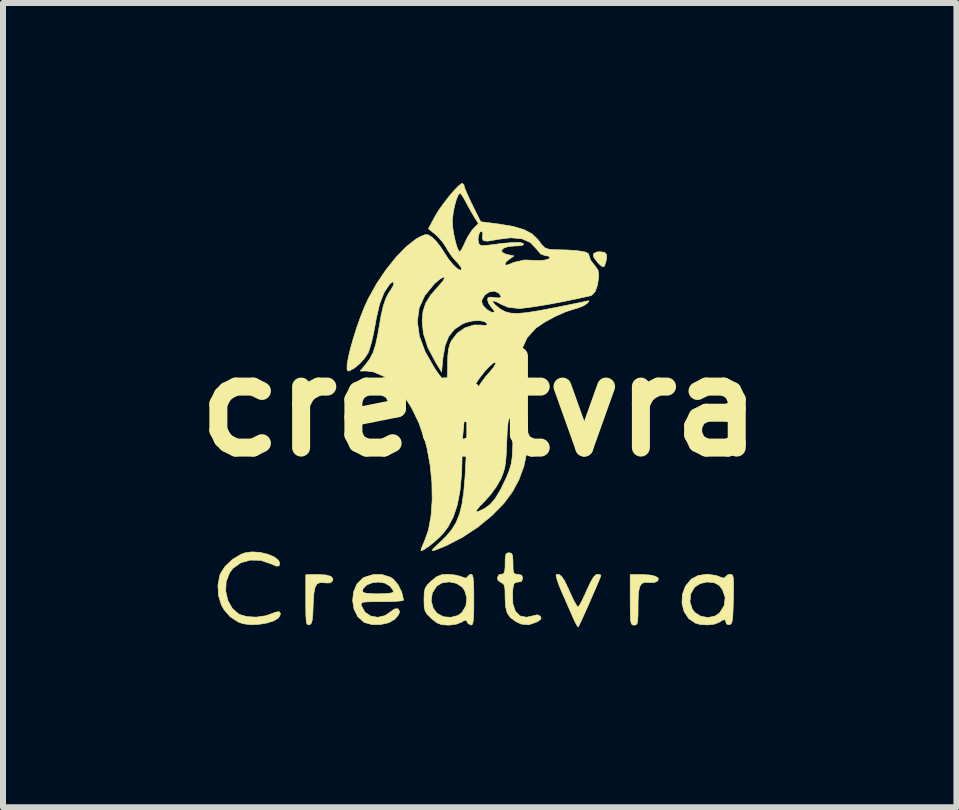
<source format=kicad_pcb>
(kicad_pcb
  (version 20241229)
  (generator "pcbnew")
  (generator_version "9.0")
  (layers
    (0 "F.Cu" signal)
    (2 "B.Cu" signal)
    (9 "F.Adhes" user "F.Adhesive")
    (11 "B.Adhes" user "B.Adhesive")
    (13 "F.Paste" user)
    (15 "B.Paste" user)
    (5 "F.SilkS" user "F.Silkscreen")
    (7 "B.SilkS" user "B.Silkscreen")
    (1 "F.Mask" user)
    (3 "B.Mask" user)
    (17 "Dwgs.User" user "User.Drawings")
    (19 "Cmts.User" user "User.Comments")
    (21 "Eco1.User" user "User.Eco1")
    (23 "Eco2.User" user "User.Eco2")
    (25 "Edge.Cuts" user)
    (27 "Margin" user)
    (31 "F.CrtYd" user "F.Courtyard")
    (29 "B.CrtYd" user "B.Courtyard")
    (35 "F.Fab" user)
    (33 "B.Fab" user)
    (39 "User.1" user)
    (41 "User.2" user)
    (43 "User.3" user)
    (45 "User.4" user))
  (footprint "creatvra"
    (layer "F.Cu")
    (at 4.942 3.717)
    (property "Reference" "creatvra" (at 0 0 0) (layer "F.SilkS") (effects (font (size 1.524 1.524) (thickness 0.3))))
    (attr through_hole)
    (fp_poly (pts (xy 2.08 -2.563) (xy 2.114 -2.527) (xy 2.112 -2.451) (xy 2.096 -2.385) (xy 2.075 -2.33) (xy 2.044 -2.323) (xy 1.992 -2.367) (xy 1.962 -2.398) (xy 1.899 -2.483) (xy 1.895 -2.54) (xy 1.95 -2.569) (xy 2.003 -2.573) (xy 2.08 -2.563)) (stroke (width 0.01) (type solid)) (fill yes) (layer "F.SilkS"))
    (fp_poly (pts (xy -2.564 2.811) (xy -2.477 2.836) (xy -2.446 2.879) (xy -2.452 2.909) (xy -2.487 2.943) (xy -2.563 2.945) (xy -2.581 2.942) (xy -2.656 2.938) (xy -2.709 2.959) (xy -2.743 3.016) (xy -2.763 3.117) (xy -2.773 3.272) (xy -2.775 3.323) (xy -2.781 3.469) (xy -2.79 3.562) (xy -2.805 3.614) (xy -2.827 3.637) (xy -2.841 3.641) (xy -2.865 3.64) (xy -2.881 3.621) (xy -2.89 3.573) (xy -2.896 3.486) (xy -2.898 3.351) (xy -2.898 3.23) (xy -2.898 2.808) (xy -2.711 2.805) (xy -2.564 2.811)) (stroke (width 0.01) (type solid)) (fill yes) (layer "F.SilkS"))
    (fp_poly (pts (xy 2.832 2.812) (xy 2.929 2.834) (xy 2.976 2.868) (xy 2.966 2.911) (xy 2.91 2.937) (xy 2.833 2.938) (xy 2.752 2.934) (xy 2.697 2.955) (xy 2.663 3.011) (xy 2.644 3.11) (xy 2.638 3.263) (xy 2.638 3.326) (xy 2.637 3.473) (xy 2.632 3.567) (xy 2.622 3.619) (xy 2.604 3.642) (xy 2.575 3.647) (xy 2.573 3.647) (xy 2.546 3.644) (xy 2.528 3.626) (xy 2.516 3.583) (xy 2.51 3.506) (xy 2.508 3.383) (xy 2.507 3.227) (xy 2.507 2.807) (xy 2.691 2.805) (xy 2.832 2.812)) (stroke (width 0.01) (type solid)) (fill yes) (layer "F.SilkS"))
    (fp_poly (pts (xy 2.009 2.809) (xy 2.019 2.82) (xy 2.007 2.855) (xy 1.973 2.937) (xy 1.924 3.051) (xy 1.866 3.184) (xy 1.805 3.324) (xy 1.746 3.456) (xy 1.695 3.568) (xy 1.658 3.646) (xy 1.642 3.677) (xy 1.623 3.658) (xy 1.588 3.595) (xy 1.566 3.546) (xy 1.524 3.452) (xy 1.466 3.32) (xy 1.402 3.173) (xy 1.374 3.11) (xy 1.322 2.985) (xy 1.287 2.884) (xy 1.272 2.821) (xy 1.275 2.806) (xy 1.32 2.803) (xy 1.365 2.836) (xy 1.415 2.912) (xy 1.476 3.04) (xy 1.498 3.089) (xy 1.552 3.206) (xy 1.598 3.294) (xy 1.631 3.341) (xy 1.639 3.345) (xy 1.664 3.313) (xy 1.706 3.235) (xy 1.758 3.125) (xy 1.783 3.068) (xy 1.849 2.928) (xy 1.9 2.842) (xy 1.942 2.804) (xy 1.959 2.801) (xy 2.009 2.809)) (stroke (width 0.01) (type solid)) (fill yes) (layer "F.SilkS"))
    (fp_poly (pts (xy -3.655 2.437) (xy -3.528 2.467) (xy -3.421 2.513) (xy -3.351 2.57) (xy -3.332 2.619) (xy -3.344 2.661) (xy -3.387 2.664) (xy -3.471 2.629) (xy -3.478 2.626) (xy -3.65 2.568) (xy -3.822 2.564) (xy -3.98 2.608) (xy -4.11 2.7) (xy -4.167 2.774) (xy -4.224 2.92) (xy -4.232 3.08) (xy -4.197 3.236) (xy -4.122 3.37) (xy -4.012 3.465) (xy -4.004 3.469) (xy -3.878 3.506) (xy -3.723 3.514) (xy -3.568 3.492) (xy -3.496 3.468) (xy -3.397 3.431) (xy -3.344 3.423) (xy -3.324 3.446) (xy -3.322 3.47) (xy -3.351 3.527) (xy -3.431 3.575) (xy -3.545 3.612) (xy -3.677 3.634) (xy -3.814 3.64) (xy -3.938 3.625) (xy -4.022 3.596) (xy -4.159 3.506) (xy -4.257 3.393) (xy -4.302 3.315) (xy -4.35 3.161) (xy -4.361 2.986) (xy -4.331 2.822) (xy -4.32 2.791) (xy -4.241 2.668) (xy -4.121 2.555) (xy -3.983 2.47) (xy -3.91 2.443) (xy -3.788 2.427) (xy -3.655 2.437)) (stroke (width 0.01) (type solid)) (fill yes) (layer "F.SilkS"))
    (fp_poly (pts (xy 0.526 2.45) (xy 0.546 2.484) (xy 0.553 2.559) (xy 0.554 2.621) (xy 0.556 2.724) (xy 0.567 2.777) (xy 0.594 2.798) (xy 0.635 2.801) (xy 0.699 2.816) (xy 0.716 2.866) (xy 0.697 2.917) (xy 0.638 2.931) (xy 0.593 2.936) (xy 0.568 2.964) (xy 0.554 3.028) (xy 0.547 3.118) (xy 0.552 3.291) (xy 0.595 3.418) (xy 0.671 3.494) (xy 0.778 3.516) (xy 0.884 3.493) (xy 0.96 3.475) (xy 1.006 3.497) (xy 1.011 3.502) (xy 1.023 3.539) (xy 0.984 3.576) (xy 0.948 3.596) (xy 0.814 3.642) (xy 0.689 3.629) (xy 0.596 3.584) (xy 0.511 3.52) (xy 0.458 3.445) (xy 0.431 3.341) (xy 0.423 3.192) (xy 0.423 3.174) (xy 0.421 3.056) (xy 0.411 2.988) (xy 0.389 2.954) (xy 0.358 2.94) (xy 0.305 2.9) (xy 0.293 2.862) (xy 0.318 2.81) (xy 0.358 2.801) (xy 0.396 2.793) (xy 0.415 2.759) (xy 0.423 2.684) (xy 0.423 2.621) (xy 0.426 2.518) (xy 0.438 2.464) (xy 0.466 2.444) (xy 0.488 2.442) (xy 0.526 2.45)) (stroke (width 0.01) (type solid)) (fill yes) (layer "F.SilkS"))
    (fp_poly (pts (xy 3.942 2.821) (xy 3.993 2.841) (xy 4.059 2.864) (xy 4.09 2.853) (xy 4.095 2.841) (xy 4.135 2.807) (xy 4.172 2.801) (xy 4.198 2.804) (xy 4.215 2.822) (xy 4.225 2.865) (xy 4.229 2.944) (xy 4.229 3.068) (xy 4.226 3.215) (xy 4.221 3.388) (xy 4.215 3.506) (xy 4.205 3.58) (xy 4.191 3.621) (xy 4.17 3.638) (xy 4.16 3.641) (xy 4.112 3.629) (xy 4.103 3.601) (xy 4.09 3.557) (xy 4.047 3.563) (xy 3.991 3.599) (xy 3.91 3.631) (xy 3.795 3.644) (xy 3.674 3.636) (xy 3.595 3.615) (xy 3.481 3.537) (xy 3.405 3.421) (xy 3.37 3.283) (xy 3.371 3.257) (xy 3.502 3.257) (xy 3.541 3.381) (xy 3.58 3.434) (xy 3.681 3.499) (xy 3.802 3.521) (xy 3.919 3.497) (xy 3.997 3.444) (xy 4.073 3.32) (xy 4.089 3.186) (xy 4.045 3.056) (xy 3.99 2.985) (xy 3.902 2.938) (xy 3.788 2.929) (xy 3.672 2.955) (xy 3.58 3.014) (xy 3.58 3.014) (xy 3.515 3.127) (xy 3.502 3.257) (xy 3.371 3.257) (xy 3.377 3.136) (xy 3.427 2.998) (xy 3.522 2.883) (xy 3.642 2.82) (xy 3.79 2.799) (xy 3.942 2.821)) (stroke (width 0.01) (type solid)) (fill yes) (layer "F.SilkS"))
    (fp_poly (pts (xy -0.124 2.812) (xy -0.111 2.852) (xy -0.103 2.931) (xy -0.099 3.056) (xy -0.098 3.224) (xy -0.099 3.402) (xy -0.104 3.525) (xy -0.112 3.601) (xy -0.126 3.638) (xy -0.143 3.647) (xy -0.193 3.621) (xy -0.208 3.596) (xy -0.228 3.564) (xy -0.263 3.572) (xy -0.3 3.596) (xy -0.381 3.629) (xy -0.493 3.646) (xy -0.529 3.647) (xy -0.636 3.639) (xy -0.717 3.607) (xy -0.805 3.537) (xy -0.806 3.536) (xy -0.874 3.469) (xy -0.91 3.411) (xy -0.925 3.338) (xy -0.928 3.241) (xy -0.809 3.241) (xy -0.774 3.368) (xy -0.71 3.451) (xy -0.607 3.507) (xy -0.483 3.518) (xy -0.363 3.487) (xy -0.295 3.437) (xy -0.23 3.326) (xy -0.215 3.196) (xy -0.25 3.073) (xy -0.291 3.014) (xy -0.388 2.951) (xy -0.509 2.927) (xy -0.628 2.944) (xy -0.716 2.995) (xy -0.79 3.111) (xy -0.809 3.241) (xy -0.928 3.241) (xy -0.928 3.224) (xy -0.925 3.11) (xy -0.91 3.036) (xy -0.874 2.978) (xy -0.806 2.912) (xy -0.716 2.84) (xy -0.633 2.808) (xy -0.539 2.801) (xy -0.427 2.81) (xy -0.326 2.833) (xy -0.305 2.841) (xy -0.239 2.864) (xy -0.209 2.853) (xy -0.203 2.841) (xy -0.164 2.804) (xy -0.144 2.801) (xy -0.124 2.812)) (stroke (width 0.01) (type solid)) (fill yes) (layer "F.SilkS"))
    (fp_poly (pts (xy -1.625 2.805) (xy -1.487 2.85) (xy -1.436 2.884) (xy -1.36 2.976) (xy -1.3 3.098) (xy -1.271 3.217) (xy -1.27 3.232) (xy -1.3 3.242) (xy -1.383 3.25) (xy -1.504 3.255) (xy -1.63 3.256) (xy -1.787 3.257) (xy -1.89 3.26) (xy -1.948 3.267) (xy -1.973 3.282) (xy -1.976 3.305) (xy -1.969 3.33) (xy -1.91 3.434) (xy -1.813 3.497) (xy -1.697 3.517) (xy -1.578 3.489) (xy -1.494 3.432) (xy -1.419 3.378) (xy -1.362 3.374) (xy -1.336 3.418) (xy -1.335 3.432) (xy -1.357 3.481) (xy -1.411 3.544) (xy -1.416 3.549) (xy -1.517 3.607) (xy -1.651 3.637) (xy -1.792 3.638) (xy -1.914 3.606) (xy -1.929 3.598) (xy -2.031 3.507) (xy -2.094 3.381) (xy -2.117 3.238) (xy -2.101 3.093) (xy -2.096 3.082) (xy -1.954 3.082) (xy -1.937 3.105) (xy -1.878 3.119) (xy -1.77 3.125) (xy -1.693 3.126) (xy -1.564 3.122) (xy -1.474 3.112) (xy -1.434 3.097) (xy -1.433 3.094) (xy -1.454 3.049) (xy -1.498 2.996) (xy -1.581 2.947) (xy -1.685 2.93) (xy -1.792 2.942) (xy -1.884 2.979) (xy -1.942 3.037) (xy -1.954 3.082) (xy -2.096 3.082) (xy -2.046 2.964) (xy -1.951 2.867) (xy -1.922 2.85) (xy -1.777 2.805) (xy -1.625 2.805)) (stroke (width 0.01) (type solid)) (fill yes) (layer "F.SilkS"))
    (fp_poly (pts (xy -0.263 -3.687) (xy -0.261 -3.672) (xy -0.247 -3.626) (xy -0.21 -3.538) (xy -0.157 -3.422) (xy -0.123 -3.352) (xy 0.016 -3.073) (xy 0.322 -3.034) (xy 0.559 -2.994) (xy 0.739 -2.941) (xy 0.873 -2.87) (xy 0.968 -2.778) (xy 0.978 -2.764) (xy 1.04 -2.682) (xy 1.093 -2.634) (xy 1.161 -2.613) (xy 1.264 -2.606) (xy 1.322 -2.606) (xy 1.462 -2.602) (xy 1.603 -2.592) (xy 1.673 -2.584) (xy 1.767 -2.566) (xy 1.813 -2.539) (xy 1.824 -2.499) (xy 1.846 -2.433) (xy 1.902 -2.361) (xy 1.906 -2.357) (xy 1.971 -2.266) (xy 1.983 -2.175) (xy 1.963 -2.02) (xy 1.922 -1.907) (xy 1.863 -1.846) (xy 1.845 -1.84) (xy 1.625 -1.791) (xy 1.399 -1.744) (xy 1.18 -1.703) (xy 0.981 -1.669) (xy 0.814 -1.644) (xy 0.691 -1.63) (xy 0.651 -1.628) (xy 0.477 -1.647) (xy 0.366 -1.693) (xy 0.276 -1.741) (xy 0.224 -1.755) (xy 0.215 -1.737) (xy 0.257 -1.688) (xy 0.269 -1.677) (xy 0.348 -1.615) (xy 0.427 -1.573) (xy 0.519 -1.55) (xy 0.633 -1.545) (xy 0.779 -1.558) (xy 0.97 -1.588) (xy 1.167 -1.625) (xy 1.351 -1.661) (xy 1.516 -1.695) (xy 1.651 -1.722) (xy 1.742 -1.741) (xy 1.775 -1.749) (xy 1.819 -1.757) (xy 1.811 -1.736) (xy 1.787 -1.711) (xy 1.724 -1.67) (xy 1.627 -1.633) (xy 1.592 -1.624) (xy 1.435 -1.574) (xy 1.257 -1.495) (xy 1.083 -1.401) (xy 0.941 -1.305) (xy 0.932 -1.297) (xy 0.792 -1.144) (xy 0.708 -0.963) (xy 0.684 -0.79) (xy 0.689 -0.7) (xy 0.701 -0.563) (xy 0.721 -0.395) (xy 0.745 -0.213) (xy 0.752 -0.162) (xy 0.793 0.191) (xy 0.804 0.496) (xy 0.786 0.763) (xy 0.735 1.003) (xy 0.652 1.227) (xy 0.55 1.418) (xy 0.401 1.621) (xy 0.202 1.823) (xy -0.032 2.015) (xy -0.288 2.184) (xy -0.551 2.32) (xy -0.57 2.328) (xy -0.699 2.381) (xy -0.773 2.407) (xy -0.793 2.402) (xy -0.765 2.366) (xy -0.691 2.295) (xy -0.668 2.275) (xy -0.554 2.162) (xy -0.462 2.051) (xy -0.39 1.932) (xy -0.336 1.795) (xy -0.327 1.761) (xy -0.058 1.761) (xy -0.013 1.75) (xy 0.081 1.704) (xy 0.087 1.7) (xy 0.177 1.634) (xy 0.263 1.531) (xy 0.351 1.383) (xy 0.444 1.189) (xy 0.493 1.068) (xy 0.524 0.963) (xy 0.541 0.85) (xy 0.549 0.704) (xy 0.551 0.642) (xy 0.552 0.498) (xy 0.548 0.373) (xy 0.542 0.286) (xy 0.537 0.26) (xy 0.511 0.202) (xy 0.49 0.205) (xy 0.472 0.272) (xy 0.459 0.401) (xy 0.45 0.595) (xy 0.449 0.611) (xy 0.442 0.793) (xy 0.432 0.926) (xy 0.416 1.027) (xy 0.391 1.113) (xy 0.356 1.2) (xy 0.35 1.213) (xy 0.279 1.338) (xy 0.182 1.472) (xy 0.1 1.564) (xy -0.002 1.67) (xy -0.055 1.735) (xy -0.058 1.761) (xy -0.327 1.761) (xy -0.295 1.631) (xy -0.266 1.43) (xy -0.245 1.184) (xy -0.229 0.883) (xy -0.228 0.863) (xy -0.212 0.55) (xy -0.189 0.292) (xy -0.159 0.08) (xy -0.117 -0.095) (xy -0.061 -0.243) (xy 0.011 -0.374) (xy 0.102 -0.497) (xy 0.167 -0.57) (xy 0.231 -0.648) (xy 0.266 -0.706) (xy 0.266 -0.729) (xy 0.226 -0.719) (xy 0.162 -0.665) (xy 0.084 -0.581) (xy 0.003 -0.477) (xy -0.072 -0.368) (xy -0.116 -0.29) (xy -0.199 -0.071) (xy -0.256 0.203) (xy -0.286 0.534) (xy -0.292 0.771) (xy -0.301 1.115) (xy -0.328 1.403) (xy -0.373 1.644) (xy -0.44 1.844) (xy -0.529 2.013) (xy -0.604 2.113) (xy -0.674 2.186) (xy -0.763 2.266) (xy -0.854 2.338) (xy -0.931 2.39) (xy -0.977 2.41) (xy -0.976 2.384) (xy -0.951 2.317) (xy -0.922 2.252) (xy -0.854 2.063) (xy -0.811 1.827) (xy -0.792 1.558) (xy -0.797 1.269) (xy -0.827 0.974) (xy -0.881 0.686) (xy -0.911 0.571) (xy -1.012 0.282) (xy -1.136 0.025) (xy -1.278 -0.195) (xy -1.435 -0.372) (xy -1.601 -0.499) (xy -1.77 -0.571) (xy -1.886 -0.586) (xy -1.992 -0.586) (xy -1.903 -0.692) (xy -1.832 -0.787) (xy -1.778 -0.89) (xy -1.736 -1.017) (xy -1.7 -1.183) (xy -1.677 -1.313) (xy -1.66 -1.411) (xy -1.039 -1.411) (xy -1.006 -1.169) (xy -0.91 -0.909) (xy -0.752 -0.633) (xy -0.692 -0.545) (xy -0.628 -0.462) (xy -0.578 -0.406) (xy -0.556 -0.391) (xy -0.546 -0.421) (xy -0.538 -0.501) (xy -0.535 -0.617) (xy -0.535 -0.676) (xy -0.532 -0.834) (xy -0.52 -0.947) (xy -0.495 -1.037) (xy -0.47 -1.091) (xy -0.374 -1.217) (xy -0.241 -1.308) (xy -0.092 -1.353) (xy 0.011 -1.352) (xy 0.094 -1.345) (xy 0.124 -1.359) (xy 0.123 -1.375) (xy 0.08 -1.411) (xy -0.005 -1.426) (xy -0.113 -1.421) (xy -0.224 -1.396) (xy -0.288 -1.37) (xy -0.42 -1.282) (xy -0.514 -1.167) (xy -0.576 -1.014) (xy -0.612 -0.811) (xy -0.615 -0.782) (xy -0.635 -0.57) (xy -0.735 -0.733) (xy -0.865 -0.98) (xy -0.938 -1.21) (xy -0.959 -1.417) (xy -0.945 -1.577) (xy -0.901 -1.716) (xy -0.889 -1.735) (xy 0.033 -1.735) (xy 0.058 -1.674) (xy 0.118 -1.611) (xy 0.188 -1.569) (xy 0.217 -1.563) (xy 0.248 -1.57) (xy 0.236 -1.599) (xy 0.201 -1.638) (xy 0.151 -1.71) (xy 0.13 -1.772) (xy 0.14 -1.81) (xy 0.182 -1.818) (xy 0.244 -1.809) (xy 0.329 -1.803) (xy 0.357 -1.825) (xy 0.326 -1.875) (xy 0.319 -1.882) (xy 0.246 -1.917) (xy 0.161 -1.904) (xy 0.086 -1.854) (xy 0.039 -1.778) (xy 0.033 -1.735) (xy -0.889 -1.735) (xy -0.816 -1.851) (xy -0.69 -1.995) (xy -0.613 -2.084) (xy -0.585 -2.137) (xy -0.603 -2.15) (xy -0.66 -2.12) (xy -0.75 -2.044) (xy -0.761 -2.033) (xy -0.916 -1.843) (xy -1.009 -1.636) (xy -1.039 -1.411) (xy -1.66 -1.411) (xy -1.642 -1.515) (xy -1.607 -1.668) (xy -1.568 -1.784) (xy -1.522 -1.877) (xy -1.477 -1.944) (xy -1.436 -2.016) (xy -1.429 -2.062) (xy -1.453 -2.07) (xy -1.503 -2.03) (xy -1.506 -2.026) (xy -1.595 -1.89) (xy -1.668 -1.701) (xy -1.725 -1.455) (xy -1.74 -1.368) (xy -1.77 -1.208) (xy -1.805 -1.057) (xy -1.841 -0.936) (xy -1.861 -0.886) (xy -1.92 -0.796) (xy -2.002 -0.706) (xy -2.091 -0.633) (xy -2.169 -0.59) (xy -2.194 -0.586) (xy -2.211 -0.615) (xy -2.209 -0.694) (xy -2.188 -0.813) (xy -2.153 -0.962) (xy -2.105 -1.131) (xy -2.049 -1.309) (xy -1.986 -1.487) (xy -1.92 -1.653) (xy -1.855 -1.794) (xy -1.716 -2.043) (xy -1.558 -2.277) (xy -1.391 -2.485) (xy -1.223 -2.657) (xy -1.063 -2.783) (xy -0.985 -2.827) (xy -0.909 -2.858) (xy -0.856 -2.854) (xy -0.792 -2.813) (xy -0.79 -2.811) (xy -0.725 -2.747) (xy -0.649 -2.649) (xy -0.594 -2.563) (xy -0.522 -2.453) (xy -0.446 -2.36) (xy -0.377 -2.294) (xy -0.325 -2.265) (xy -0.299 -2.278) (xy -0.313 -2.32) (xy -0.363 -2.383) (xy -0.383 -2.403) (xy -0.461 -2.492) (xy -0.534 -2.6) (xy -0.548 -2.627) (xy -0.62 -2.736) (xy -0.712 -2.839) (xy -0.735 -2.859) (xy -0.854 -2.957) (xy -0.79 -3.077) (xy -0.456 -3.077) (xy -0.449 -2.972) (xy -0.43 -2.853) (xy -0.404 -2.737) (xy -0.375 -2.641) (xy -0.346 -2.583) (xy -0.333 -2.573) (xy -0.308 -2.6) (xy -0.271 -2.671) (xy -0.246 -2.727) (xy -0.219 -2.782) (xy -0.028 -2.782) (xy -0.02 -2.717) (xy -0.02 -2.716) (xy 0.009 -2.683) (xy 0.07 -2.676) (xy 0.139 -2.682) (xy 0.377 -2.712) (xy 0.553 -2.727) (xy 0.669 -2.727) (xy 0.726 -2.712) (xy 0.73 -2.707) (xy 0.72 -2.683) (xy 0.652 -2.672) (xy 0.595 -2.67) (xy 0.478 -2.66) (xy 0.399 -2.634) (xy 0.362 -2.598) (xy 0.375 -2.562) (xy 0.444 -2.53) (xy 0.464 -2.526) (xy 0.57 -2.503) (xy 0.497 -2.452) (xy 0.442 -2.406) (xy 0.423 -2.373) (xy 0.427 -2.352) (xy 0.447 -2.349) (xy 0.501 -2.367) (xy 0.574 -2.397) (xy 0.749 -2.436) (xy 0.846 -2.432) (xy 0.972 -2.425) (xy 1.078 -2.433) (xy 1.15 -2.453) (xy 1.172 -2.479) (xy 1.144 -2.501) (xy 1.094 -2.507) (xy 1.016 -2.535) (xy 0.947 -2.618) (xy 0.845 -2.726) (xy 0.704 -2.789) (xy 0.519 -2.806) (xy 0.29 -2.778) (xy 0.247 -2.769) (xy 0.127 -2.749) (xy 0.061 -2.759) (xy 0.042 -2.799) (xy 0.049 -2.833) (xy 0.05 -2.892) (xy 0.035 -2.913) (xy 0.006 -2.903) (xy -0.018 -2.851) (xy -0.028 -2.782) (xy -0.219 -2.782) (xy -0.191 -2.836) (xy -0.128 -2.932) (xy -0.102 -2.962) (xy -0.022 -3.042) (xy -0.093 -3.157) (xy -0.155 -3.263) (xy -0.22 -3.381) (xy -0.235 -3.411) (xy -0.281 -3.492) (xy -0.318 -3.542) (xy -0.329 -3.549) (xy -0.357 -3.52) (xy -0.389 -3.444) (xy -0.419 -3.338) (xy -0.442 -3.221) (xy -0.455 -3.11) (xy -0.456 -3.077) (xy -0.79 -3.077) (xy -0.75 -3.152) (xy -0.688 -3.255) (xy -0.607 -3.37) (xy -0.518 -3.486) (xy -0.431 -3.589) (xy -0.355 -3.668) (xy -0.302 -3.709) (xy -0.29 -3.712) (xy -0.263 -3.687)) (stroke (width 0.01) (type solid)) (fill yes) (layer "F.SilkS")))
  (gr_rect
    (start -3 -3)
    (end 12.884 10.399)
    (stroke (width 0.1) (type default))
    (fill no)
    (layer "Edge.Cuts")))
</source>
